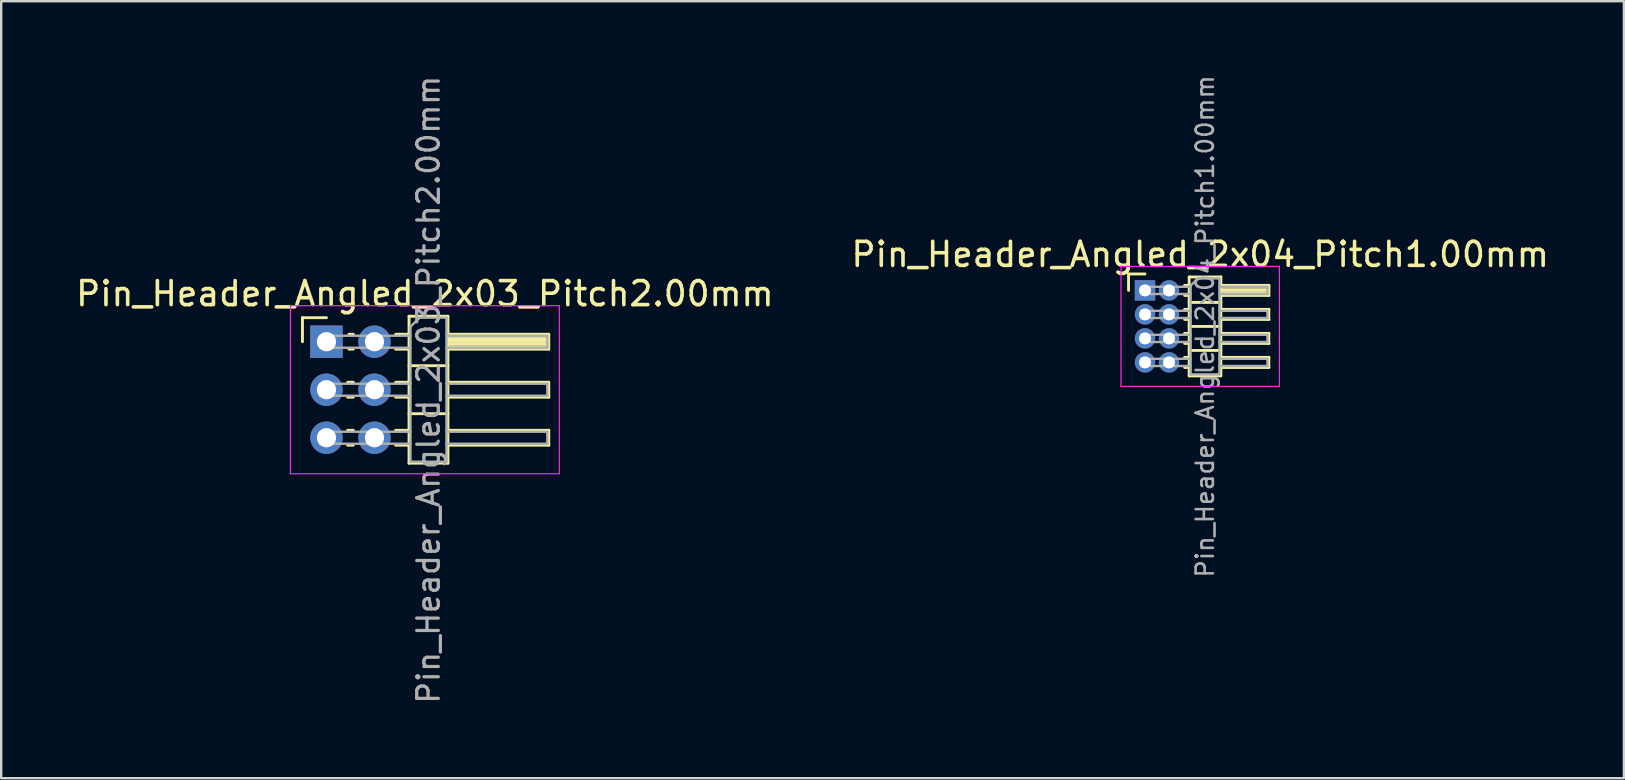
<source format=kicad_pcb>
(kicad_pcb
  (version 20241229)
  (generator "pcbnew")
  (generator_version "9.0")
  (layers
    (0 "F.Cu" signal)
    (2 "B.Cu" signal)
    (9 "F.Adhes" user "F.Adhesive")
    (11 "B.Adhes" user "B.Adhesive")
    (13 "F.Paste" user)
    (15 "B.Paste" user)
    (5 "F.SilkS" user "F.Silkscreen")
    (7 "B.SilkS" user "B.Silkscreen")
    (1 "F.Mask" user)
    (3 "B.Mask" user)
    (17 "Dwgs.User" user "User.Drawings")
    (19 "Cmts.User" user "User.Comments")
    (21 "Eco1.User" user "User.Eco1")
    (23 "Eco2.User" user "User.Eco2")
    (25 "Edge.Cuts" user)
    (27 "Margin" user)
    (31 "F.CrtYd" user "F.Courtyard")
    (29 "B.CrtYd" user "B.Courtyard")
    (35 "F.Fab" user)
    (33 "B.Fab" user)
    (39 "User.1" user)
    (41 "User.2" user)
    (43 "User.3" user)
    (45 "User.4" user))
  (footprint "Pin_Header_Angled_2x03_Pitch2.00mm"
    (layer "F.Cu")
    (at 10.549 11.184)
    (property "Reference" "Pin_Header_Angled_2x03_Pitch2.00mm" (at 4.1 -2 0) (layer "F.SilkS") (effects (font (size 1 1) (thickness 0.15))))
    (attr through_hole)
    (fp_line (start -1 -1) (end 0 -1) (stroke (width 0.12) (type solid)) (layer "F.SilkS"))
    (fp_line (start -1 0) (end -1 -1) (stroke (width 0.12) (type solid)) (layer "F.SilkS"))
    (fp_line (start 0.882 1.69) (end 1.118 1.69) (stroke (width 0.12) (type solid)) (layer "F.SilkS"))
    (fp_line (start 0.882 2.31) (end 1.118 2.31) (stroke (width 0.12) (type solid)) (layer "F.SilkS"))
    (fp_line (start 0.882 3.69) (end 1.118 3.69) (stroke (width 0.12) (type solid)) (layer "F.SilkS"))
    (fp_line (start 0.882 4.31) (end 1.118 4.31) (stroke (width 0.12) (type solid)) (layer "F.SilkS"))
    (fp_line (start 0.935 -0.31) (end 1.118 -0.31) (stroke (width 0.12) (type solid)) (layer "F.SilkS"))
    (fp_line (start 0.935 0.31) (end 1.118 0.31) (stroke (width 0.12) (type solid)) (layer "F.SilkS"))
    (fp_line (start 2.882 -0.31) (end 3.44 -0.31) (stroke (width 0.12) (type solid)) (layer "F.SilkS"))
    (fp_line (start 2.882 0.31) (end 3.44 0.31) (stroke (width 0.12) (type solid)) (layer "F.SilkS"))
    (fp_line (start 2.882 1.69) (end 3.44 1.69) (stroke (width 0.12) (type solid)) (layer "F.SilkS"))
    (fp_line (start 2.882 2.31) (end 3.44 2.31) (stroke (width 0.12) (type solid)) (layer "F.SilkS"))
    (fp_line (start 2.882 3.69) (end 3.44 3.69) (stroke (width 0.12) (type solid)) (layer "F.SilkS"))
    (fp_line (start 2.882 4.31) (end 3.44 4.31) (stroke (width 0.12) (type solid)) (layer "F.SilkS"))
    (fp_line (start 3.44 -1.06) (end 3.44 5.06) (stroke (width 0.12) (type solid)) (layer "F.SilkS"))
    (fp_line (start 3.44 1) (end 5.06 1) (stroke (width 0.12) (type solid)) (layer "F.SilkS"))
    (fp_line (start 3.44 3) (end 5.06 3) (stroke (width 0.12) (type solid)) (layer "F.SilkS"))
    (fp_line (start 3.44 5.06) (end 5.06 5.06) (stroke (width 0.12) (type solid)) (layer "F.SilkS"))
    (fp_line (start 5.06 -1.06) (end 3.44 -1.06) (stroke (width 0.12) (type solid)) (layer "F.SilkS"))
    (fp_line (start 5.06 -0.31) (end 9.26 -0.31) (stroke (width 0.12) (type solid)) (layer "F.SilkS"))
    (fp_line (start 5.06 -0.25) (end 9.26 -0.25) (stroke (width 0.12) (type solid)) (layer "F.SilkS"))
    (fp_line (start 5.06 -0.13) (end 9.26 -0.13) (stroke (width 0.12) (type solid)) (layer "F.SilkS"))
    (fp_line (start 5.06 -0.01) (end 9.26 -0.01) (stroke (width 0.12) (type solid)) (layer "F.SilkS"))
    (fp_line (start 5.06 0.11) (end 9.26 0.11) (stroke (width 0.12) (type solid)) (layer "F.SilkS"))
    (fp_line (start 5.06 0.23) (end 9.26 0.23) (stroke (width 0.12) (type solid)) (layer "F.SilkS"))
    (fp_line (start 5.06 1.69) (end 9.26 1.69) (stroke (width 0.12) (type solid)) (layer "F.SilkS"))
    (fp_line (start 5.06 3.69) (end 9.26 3.69) (stroke (width 0.12) (type solid)) (layer "F.SilkS"))
    (fp_line (start 5.06 5.06) (end 5.06 -1.06) (stroke (width 0.12) (type solid)) (layer "F.SilkS"))
    (fp_line (start 9.26 -0.31) (end 9.26 0.31) (stroke (width 0.12) (type solid)) (layer "F.SilkS"))
    (fp_line (start 9.26 0.31) (end 5.06 0.31) (stroke (width 0.12) (type solid)) (layer "F.SilkS"))
    (fp_line (start 9.26 1.69) (end 9.26 2.31) (stroke (width 0.12) (type solid)) (layer "F.SilkS"))
    (fp_line (start 9.26 2.31) (end 5.06 2.31) (stroke (width 0.12) (type solid)) (layer "F.SilkS"))
    (fp_line (start 9.26 3.69) (end 9.26 4.31) (stroke (width 0.12) (type solid)) (layer "F.SilkS"))
    (fp_line (start 9.26 4.31) (end 5.06 4.31) (stroke (width 0.12) (type solid)) (layer "F.SilkS"))
    (fp_line (start -1.5 -1.5) (end -1.5 5.5) (stroke (width 0.05) (type solid)) (layer "F.CrtYd"))
    (fp_line (start -1.5 5.5) (end 9.7 5.5) (stroke (width 0.05) (type solid)) (layer "F.CrtYd"))
    (fp_line (start 9.7 -1.5) (end -1.5 -1.5) (stroke (width 0.05) (type solid)) (layer "F.CrtYd"))
    (fp_line (start 9.7 5.5) (end 9.7 -1.5) (stroke (width 0.05) (type solid)) (layer "F.CrtYd"))
    (fp_line (start -0.25 -0.25) (end -0.25 0.25) (stroke (width 0.1) (type solid)) (layer "F.Fab"))
    (fp_line (start -0.25 -0.25) (end 3.5 -0.25) (stroke (width 0.1) (type solid)) (layer "F.Fab"))
    (fp_line (start -0.25 0.25) (end 3.5 0.25) (stroke (width 0.1) (type solid)) (layer "F.Fab"))
    (fp_line (start -0.25 1.75) (end -0.25 2.25) (stroke (width 0.1) (type solid)) (layer "F.Fab"))
    (fp_line (start -0.25 1.75) (end 3.5 1.75) (stroke (width 0.1) (type solid)) (layer "F.Fab"))
    (fp_line (start -0.25 2.25) (end 3.5 2.25) (stroke (width 0.1) (type solid)) (layer "F.Fab"))
    (fp_line (start -0.25 3.75) (end -0.25 4.25) (stroke (width 0.1) (type solid)) (layer "F.Fab"))
    (fp_line (start -0.25 3.75) (end 3.5 3.75) (stroke (width 0.1) (type solid)) (layer "F.Fab"))
    (fp_line (start -0.25 4.25) (end 3.5 4.25) (stroke (width 0.1) (type solid)) (layer "F.Fab"))
    (fp_line (start 3.5 -0.625) (end 3.875 -1) (stroke (width 0.1) (type solid)) (layer "F.Fab"))
    (fp_line (start 3.5 5) (end 3.5 -0.625) (stroke (width 0.1) (type solid)) (layer "F.Fab"))
    (fp_line (start 3.875 -1) (end 5 -1) (stroke (width 0.1) (type solid)) (layer "F.Fab"))
    (fp_line (start 5 -1) (end 5 5) (stroke (width 0.1) (type solid)) (layer "F.Fab"))
    (fp_line (start 5 -0.25) (end 9.2 -0.25) (stroke (width 0.1) (type solid)) (layer "F.Fab"))
    (fp_line (start 5 0.25) (end 9.2 0.25) (stroke (width 0.1) (type solid)) (layer "F.Fab"))
    (fp_line (start 5 1.75) (end 9.2 1.75) (stroke (width 0.1) (type solid)) (layer "F.Fab"))
    (fp_line (start 5 2.25) (end 9.2 2.25) (stroke (width 0.1) (type solid)) (layer "F.Fab"))
    (fp_line (start 5 3.75) (end 9.2 3.75) (stroke (width 0.1) (type solid)) (layer "F.Fab"))
    (fp_line (start 5 4.25) (end 9.2 4.25) (stroke (width 0.1) (type solid)) (layer "F.Fab"))
    (fp_line (start 5 5) (end 3.5 5) (stroke (width 0.1) (type solid)) (layer "F.Fab"))
    (fp_line (start 9.2 -0.25) (end 9.2 0.25) (stroke (width 0.1) (type solid)) (layer "F.Fab"))
    (fp_line (start 9.2 1.75) (end 9.2 2.25) (stroke (width 0.1) (type solid)) (layer "F.Fab"))
    (fp_line (start 9.2 3.75) (end 9.2 4.25) (stroke (width 0.1) (type solid)) (layer "F.Fab"))
    (fp_text user "${REFERENCE}" (at 4.25 2 90) (layer "F.Fab") (effects (font (size 0.9 0.9) (thickness 0.135))))
    (pad "1" thru_hole rect (at 0 0) (size 1.35 1.35) (drill 0.8) (layers "*.Cu" "*.Mask"))
    (pad "2" thru_hole oval (at 2 0) (size 1.35 1.35) (drill 0.8) (layers "*.Cu" "*.Mask"))
    (pad "3" thru_hole oval (at 0 2) (size 1.35 1.35) (drill 0.8) (layers "*.Cu" "*.Mask"))
    (pad "4" thru_hole oval (at 2 2) (size 1.35 1.35) (drill 0.8) (layers "*.Cu" "*.Mask"))
    (pad "5" thru_hole oval (at 0 4) (size 1.35 1.35) (drill 0.8) (layers "*.Cu" "*.Mask"))
    (pad "6" thru_hole oval (at 2 4) (size 1.35 1.35) (drill 0.8) (layers "*.Cu" "*.Mask")))
  (footprint "Pin_Header_Angled_2x04_Pitch1.00mm"
    (layer "F.Cu")
    (at 44.646 9.047)
    (property "Reference" "Pin_Header_Angled_2x04_Pitch1.00mm" (at 2.3 -1.5 0) (layer "F.SilkS") (effects (font (size 1 1) (thickness 0.15))))
    (attr through_hole)
    (fp_line (start -0.685 -0.685) (end 0 -0.685) (stroke (width 0.12) (type solid)) (layer "F.SilkS"))
    (fp_line (start -0.685 0) (end -0.685 -0.685) (stroke (width 0.12) (type solid)) (layer "F.SilkS"))
    (fp_line (start 1.652 -0.21) (end 1.84 -0.21) (stroke (width 0.12) (type solid)) (layer "F.SilkS"))
    (fp_line (start 1.652 0.21) (end 1.84 0.21) (stroke (width 0.12) (type solid)) (layer "F.SilkS"))
    (fp_line (start 1.652 0.79) (end 1.84 0.79) (stroke (width 0.12) (type solid)) (layer "F.SilkS"))
    (fp_line (start 1.652 1.21) (end 1.84 1.21) (stroke (width 0.12) (type solid)) (layer "F.SilkS"))
    (fp_line (start 1.652 1.79) (end 1.84 1.79) (stroke (width 0.12) (type solid)) (layer "F.SilkS"))
    (fp_line (start 1.652 2.21) (end 1.84 2.21) (stroke (width 0.12) (type solid)) (layer "F.SilkS"))
    (fp_line (start 1.652 2.79) (end 1.84 2.79) (stroke (width 0.12) (type solid)) (layer "F.SilkS"))
    (fp_line (start 1.652 3.21) (end 1.84 3.21) (stroke (width 0.12) (type solid)) (layer "F.SilkS"))
    (fp_line (start 1.84 -0.56) (end 1.84 3.56) (stroke (width 0.12) (type solid)) (layer "F.SilkS"))
    (fp_line (start 1.84 0.5) (end 3.16 0.5) (stroke (width 0.12) (type solid)) (layer "F.SilkS"))
    (fp_line (start 1.84 1.5) (end 3.16 1.5) (stroke (width 0.12) (type solid)) (layer "F.SilkS"))
    (fp_line (start 1.84 2.5) (end 3.16 2.5) (stroke (width 0.12) (type solid)) (layer "F.SilkS"))
    (fp_line (start 1.84 3.56) (end 3.16 3.56) (stroke (width 0.12) (type solid)) (layer "F.SilkS"))
    (fp_line (start 3.16 -0.56) (end 1.84 -0.56) (stroke (width 0.12) (type solid)) (layer "F.SilkS"))
    (fp_line (start 3.16 -0.21) (end 5.16 -0.21) (stroke (width 0.12) (type solid)) (layer "F.SilkS"))
    (fp_line (start 3.16 -0.15) (end 5.16 -0.15) (stroke (width 0.12) (type solid)) (layer "F.SilkS"))
    (fp_line (start 3.16 -0.03) (end 5.16 -0.03) (stroke (width 0.12) (type solid)) (layer "F.SilkS"))
    (fp_line (start 3.16 0.09) (end 5.16 0.09) (stroke (width 0.12) (type solid)) (layer "F.SilkS"))
    (fp_line (start 3.16 0.79) (end 5.16 0.79) (stroke (width 0.12) (type solid)) (layer "F.SilkS"))
    (fp_line (start 3.16 1.79) (end 5.16 1.79) (stroke (width 0.12) (type solid)) (layer "F.SilkS"))
    (fp_line (start 3.16 2.79) (end 5.16 2.79) (stroke (width 0.12) (type solid)) (layer "F.SilkS"))
    (fp_line (start 3.16 3.56) (end 3.16 -0.56) (stroke (width 0.12) (type solid)) (layer "F.SilkS"))
    (fp_line (start 5.16 -0.21) (end 5.16 0.21) (stroke (width 0.12) (type solid)) (layer "F.SilkS"))
    (fp_line (start 5.16 0.21) (end 3.16 0.21) (stroke (width 0.12) (type solid)) (layer "F.SilkS"))
    (fp_line (start 5.16 0.79) (end 5.16 1.21) (stroke (width 0.12) (type solid)) (layer "F.SilkS"))
    (fp_line (start 5.16 1.21) (end 3.16 1.21) (stroke (width 0.12) (type solid)) (layer "F.SilkS"))
    (fp_line (start 5.16 1.79) (end 5.16 2.21) (stroke (width 0.12) (type solid)) (layer "F.SilkS"))
    (fp_line (start 5.16 2.21) (end 3.16 2.21) (stroke (width 0.12) (type solid)) (layer "F.SilkS"))
    (fp_line (start 5.16 2.79) (end 5.16 3.21) (stroke (width 0.12) (type solid)) (layer "F.SilkS"))
    (fp_line (start 5.16 3.21) (end 3.16 3.21) (stroke (width 0.12) (type solid)) (layer "F.SilkS"))
    (fp_line (start -1 -1) (end -1 4) (stroke (width 0.05) (type solid)) (layer "F.CrtYd"))
    (fp_line (start -1 4) (end 5.6 4) (stroke (width 0.05) (type solid)) (layer "F.CrtYd"))
    (fp_line (start 5.6 -1) (end -1 -1) (stroke (width 0.05) (type solid)) (layer "F.CrtYd"))
    (fp_line (start 5.6 4) (end 5.6 -1) (stroke (width 0.05) (type solid)) (layer "F.CrtYd"))
    (fp_line (start -0.15 -0.15) (end -0.15 0.15) (stroke (width 0.1) (type solid)) (layer "F.Fab"))
    (fp_line (start -0.15 -0.15) (end 1.9 -0.15) (stroke (width 0.1) (type solid)) (layer "F.Fab"))
    (fp_line (start -0.15 0.15) (end 1.9 0.15) (stroke (width 0.1) (type solid)) (layer "F.Fab"))
    (fp_line (start -0.15 0.85) (end -0.15 1.15) (stroke (width 0.1) (type solid)) (layer "F.Fab"))
    (fp_line (start -0.15 0.85) (end 1.9 0.85) (stroke (width 0.1) (type solid)) (layer "F.Fab"))
    (fp_line (start -0.15 1.15) (end 1.9 1.15) (stroke (width 0.1) (type solid)) (layer "F.Fab"))
    (fp_line (start -0.15 1.85) (end -0.15 2.15) (stroke (width 0.1) (type solid)) (layer "F.Fab"))
    (fp_line (start -0.15 1.85) (end 1.9 1.85) (stroke (width 0.1) (type solid)) (layer "F.Fab"))
    (fp_line (start -0.15 2.15) (end 1.9 2.15) (stroke (width 0.1) (type solid)) (layer "F.Fab"))
    (fp_line (start -0.15 2.85) (end -0.15 3.15) (stroke (width 0.1) (type solid)) (layer "F.Fab"))
    (fp_line (start -0.15 2.85) (end 1.9 2.85) (stroke (width 0.1) (type solid)) (layer "F.Fab"))
    (fp_line (start -0.15 3.15) (end 1.9 3.15) (stroke (width 0.1) (type solid)) (layer "F.Fab"))
    (fp_line (start 1.9 -0.2) (end 2.2 -0.5) (stroke (width 0.1) (type solid)) (layer "F.Fab"))
    (fp_line (start 1.9 3.5) (end 1.9 -0.2) (stroke (width 0.1) (type solid)) (layer "F.Fab"))
    (fp_line (start 2.2 -0.5) (end 3.1 -0.5) (stroke (width 0.1) (type solid)) (layer "F.Fab"))
    (fp_line (start 3.1 -0.5) (end 3.1 3.5) (stroke (width 0.1) (type solid)) (layer "F.Fab"))
    (fp_line (start 3.1 -0.15) (end 5.1 -0.15) (stroke (width 0.1) (type solid)) (layer "F.Fab"))
    (fp_line (start 3.1 0.15) (end 5.1 0.15) (stroke (width 0.1) (type solid)) (layer "F.Fab"))
    (fp_line (start 3.1 0.85) (end 5.1 0.85) (stroke (width 0.1) (type solid)) (layer "F.Fab"))
    (fp_line (start 3.1 1.15) (end 5.1 1.15) (stroke (width 0.1) (type solid)) (layer "F.Fab"))
    (fp_line (start 3.1 1.85) (end 5.1 1.85) (stroke (width 0.1) (type solid)) (layer "F.Fab"))
    (fp_line (start 3.1 2.15) (end 5.1 2.15) (stroke (width 0.1) (type solid)) (layer "F.Fab"))
    (fp_line (start 3.1 2.85) (end 5.1 2.85) (stroke (width 0.1) (type solid)) (layer "F.Fab"))
    (fp_line (start 3.1 3.15) (end 5.1 3.15) (stroke (width 0.1) (type solid)) (layer "F.Fab"))
    (fp_line (start 3.1 3.5) (end 1.9 3.5) (stroke (width 0.1) (type solid)) (layer "F.Fab"))
    (fp_line (start 5.1 -0.15) (end 5.1 0.15) (stroke (width 0.1) (type solid)) (layer "F.Fab"))
    (fp_line (start 5.1 0.85) (end 5.1 1.15) (stroke (width 0.1) (type solid)) (layer "F.Fab"))
    (fp_line (start 5.1 1.85) (end 5.1 2.15) (stroke (width 0.1) (type solid)) (layer "F.Fab"))
    (fp_line (start 5.1 2.85) (end 5.1 3.15) (stroke (width 0.1) (type solid)) (layer "F.Fab"))
    (fp_text user "${REFERENCE}" (at 2.5 1.5 90) (layer "F.Fab") (effects (font (size 0.72 0.72) (thickness 0.108))))
    (pad "1" thru_hole rect (at 0 0) (size 0.85 0.85) (drill 0.5) (layers "*.Cu" "*.Mask"))
    (pad "2" thru_hole oval (at 1 0) (size 0.85 0.85) (drill 0.5) (layers "*.Cu" "*.Mask"))
    (pad "3" thru_hole oval (at 0 1) (size 0.85 0.85) (drill 0.5) (layers "*.Cu" "*.Mask"))
    (pad "4" thru_hole oval (at 1 1) (size 0.85 0.85) (drill 0.5) (layers "*.Cu" "*.Mask"))
    (pad "5" thru_hole oval (at 0 2) (size 0.85 0.85) (drill 0.5) (layers "*.Cu" "*.Mask"))
    (pad "6" thru_hole oval (at 1 2) (size 0.85 0.85) (drill 0.5) (layers "*.Cu" "*.Mask"))
    (pad "7" thru_hole oval (at 0 3) (size 0.85 0.85) (drill 0.5) (layers "*.Cu" "*.Mask"))
    (pad "8" thru_hole oval (at 1 3) (size 0.85 0.85) (drill 0.5) (layers "*.Cu" "*.Mask")))
  (gr_rect
    (start -3 -3)
    (end 64.595 29.368)
    (stroke (width 0.1) (type default))
    (fill no)
    (layer "Edge.Cuts")))
</source>
